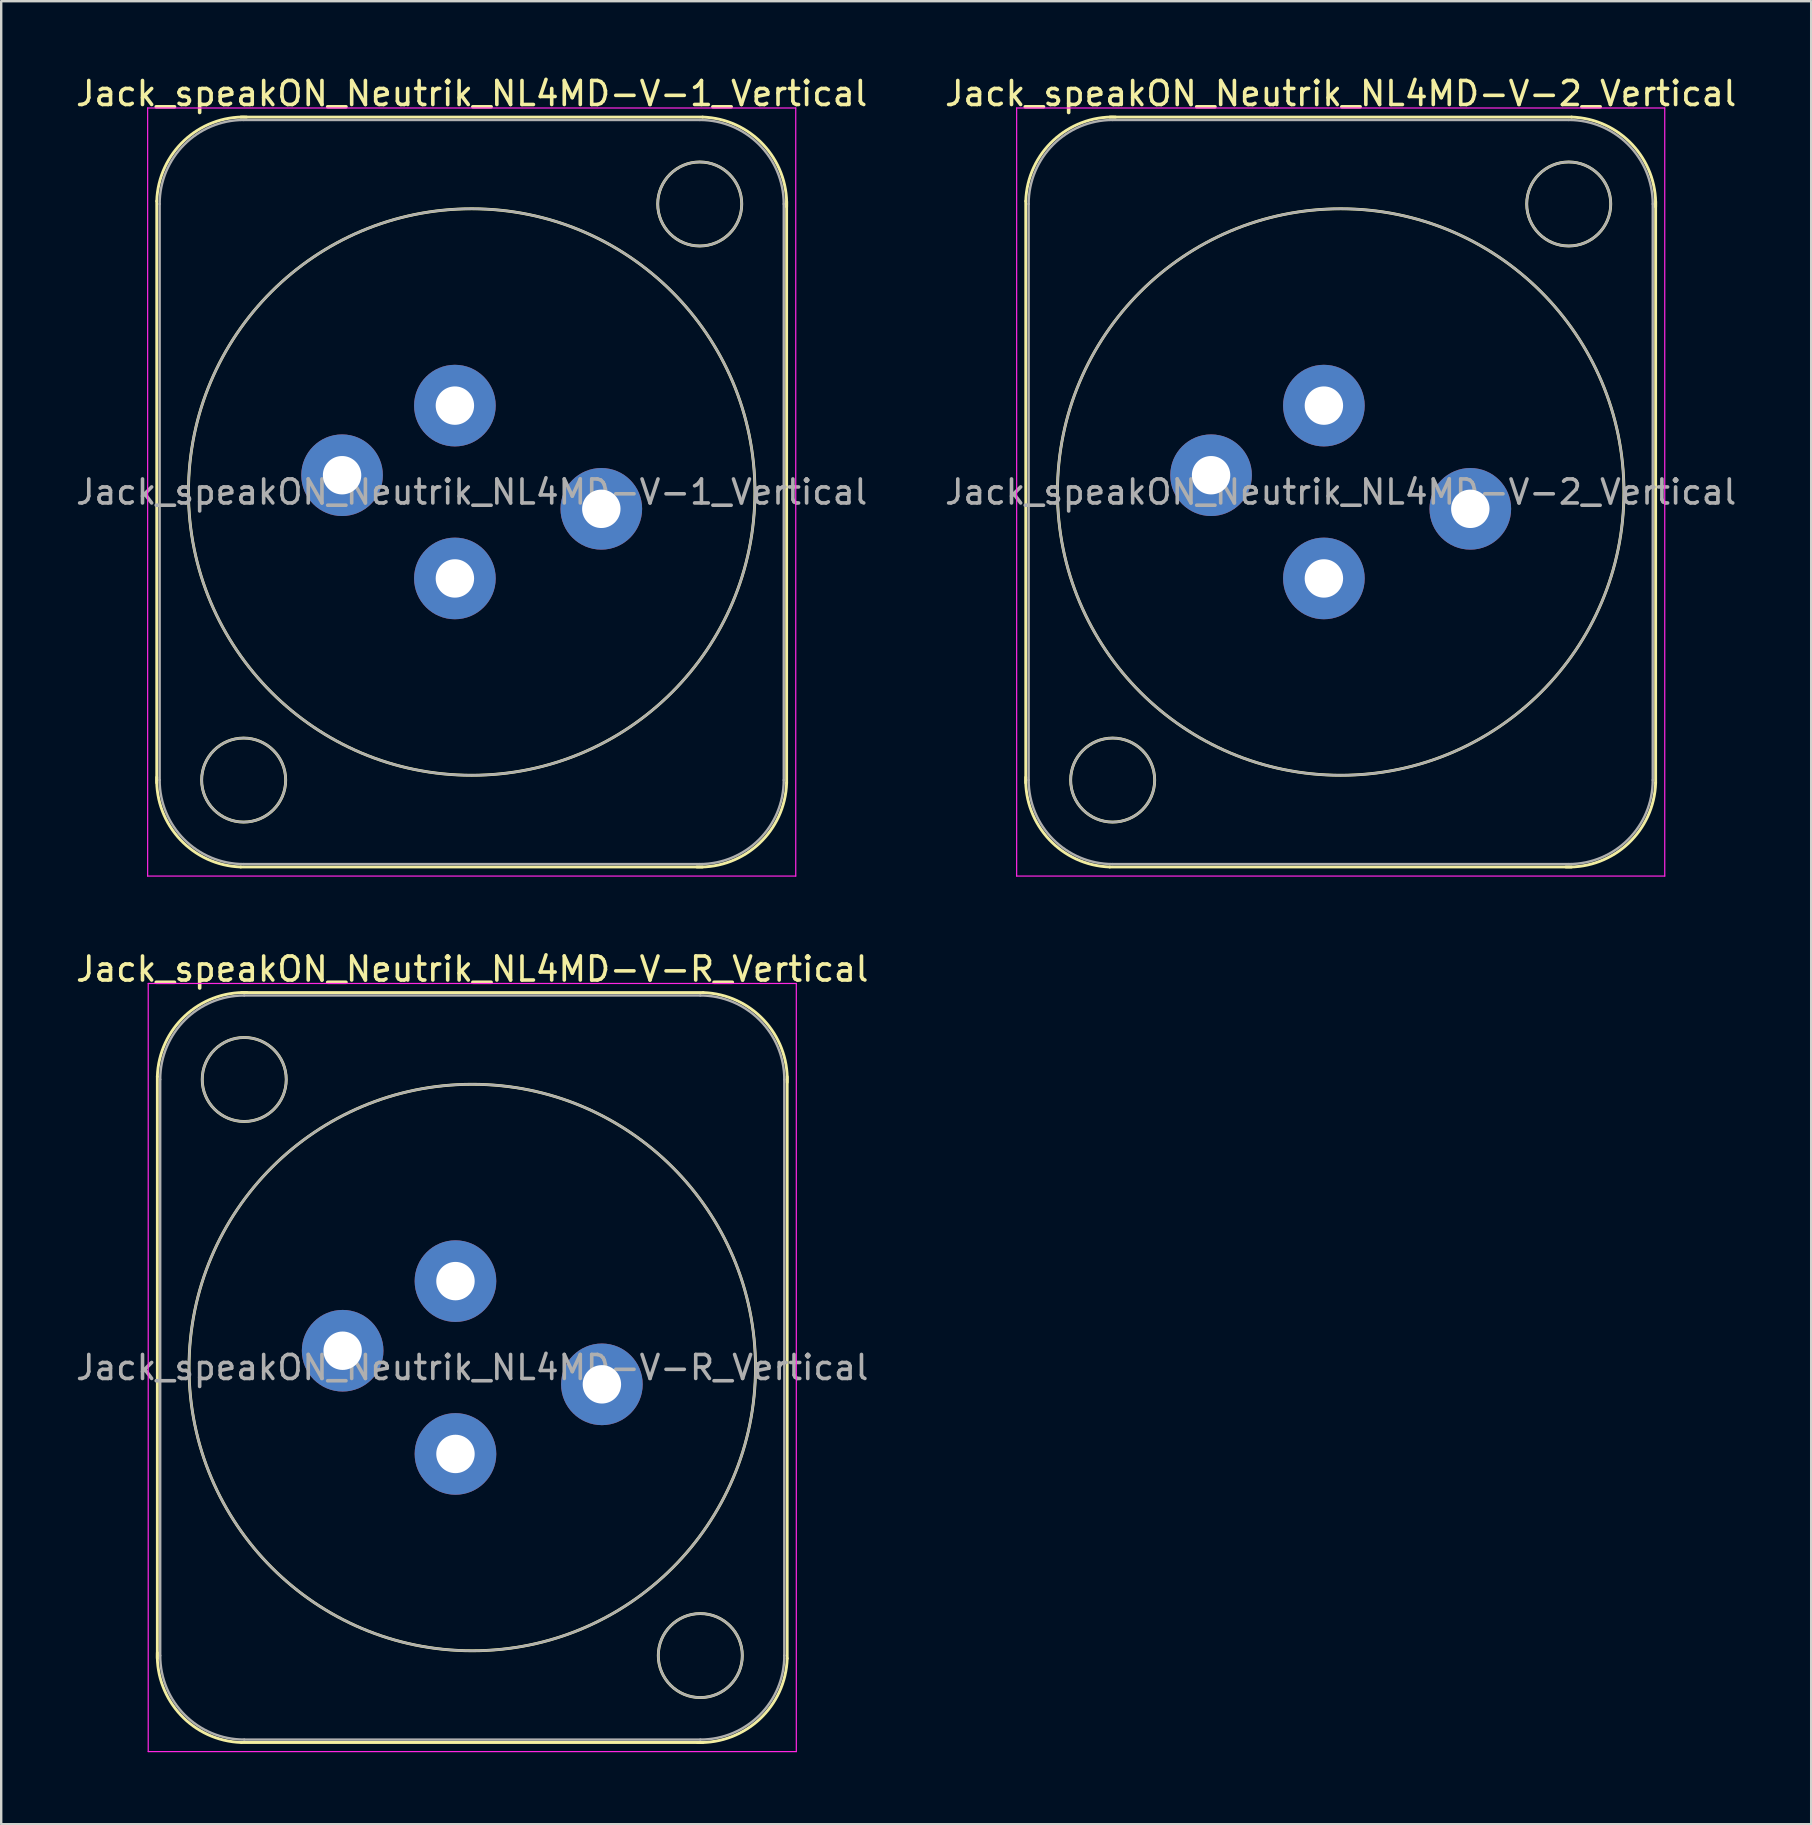
<source format=kicad_pcb>
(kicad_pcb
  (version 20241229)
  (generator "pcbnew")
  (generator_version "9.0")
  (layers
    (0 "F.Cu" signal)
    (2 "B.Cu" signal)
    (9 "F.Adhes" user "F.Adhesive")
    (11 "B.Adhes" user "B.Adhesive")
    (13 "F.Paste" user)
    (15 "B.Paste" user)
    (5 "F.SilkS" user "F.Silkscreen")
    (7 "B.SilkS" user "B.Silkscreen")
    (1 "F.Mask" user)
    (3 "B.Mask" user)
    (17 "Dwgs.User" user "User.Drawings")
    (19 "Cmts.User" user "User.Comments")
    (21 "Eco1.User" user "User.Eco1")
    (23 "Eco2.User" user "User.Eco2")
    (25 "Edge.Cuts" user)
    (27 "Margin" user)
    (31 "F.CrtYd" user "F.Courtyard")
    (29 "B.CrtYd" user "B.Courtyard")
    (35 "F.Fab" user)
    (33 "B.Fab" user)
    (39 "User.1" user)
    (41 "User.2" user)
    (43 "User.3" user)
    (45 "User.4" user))
  (footprint "Jack_speakON_Neutrik_NL4MD-V-2_Vertical"
    (layer "F.Cu")
    (at 52.104 13.848)
    (property "Reference" "Jack_speakON_Neutrik_NL4MD-V-2_Vertical" (at 0.7 -13 0) (layer "F.SilkS") (effects (font (size 1 1) (thickness 0.15))))
    (attr through_hole)
    (fp_line (start -12.42 15.72) (end -12.42 -8.52) (stroke (width 0.12) (type solid)) (layer "F.SilkS"))
    (fp_line (start -8.92 -12.02) (end 10.32 -12.02) (stroke (width 0.12) (type solid)) (layer "F.SilkS"))
    (fp_line (start -8.92 19.22) (end 10.32 19.22) (stroke (width 0.12) (type solid)) (layer "F.SilkS"))
    (fp_line (start 13.82 15.72) (end 13.82 -8.52) (stroke (width 0.12) (type solid)) (layer "F.SilkS"))
    (fp_arc (start -12.42 -8.52) (mid -11.274874 -11.044579) (end -8.68 -12.02) (stroke (width 0.12) (type solid)) (layer "F.SilkS"))
    (fp_arc (start -8.92 19.22) (mid -11.444579 18.074874) (end -12.42 15.48) (stroke (width 0.12) (type solid)) (layer "F.SilkS"))
    (fp_arc (start 10.32 -12.02) (mid 12.844579 -10.874874) (end 13.82 -8.28) (stroke (width 0.12) (type solid)) (layer "F.SilkS"))
    (fp_arc (start 13.82 15.72) (mid 12.674874 18.244579) (end 10.08 19.22) (stroke (width 0.12) (type solid)) (layer "F.SilkS"))
    (fp_circle (center -8.8 15.6) (end -7.05 15.6) (stroke (width 0.12) (type solid)) (fill no) (layer "F.SilkS"))
    (fp_circle (center 0.7 3.6) (end 12.5 3.6) (stroke (width 0.12) (type solid)) (fill no) (layer "F.SilkS"))
    (fp_circle (center 10.2 -8.4) (end 11.95 -8.4) (stroke (width 0.12) (type solid)) (fill no) (layer "F.SilkS"))
    (fp_line (start -12.8 -12.4) (end 14.2 -12.4) (stroke (width 0.05) (type solid)) (layer "F.CrtYd"))
    (fp_line (start -12.8 19.6) (end -12.8 -12.4) (stroke (width 0.05) (type solid)) (layer "F.CrtYd"))
    (fp_line (start -12.8 19.6) (end 14.2 19.6) (stroke (width 0.05) (type solid)) (layer "F.CrtYd"))
    (fp_line (start 14.2 19.6) (end 14.2 -12.4) (stroke (width 0.05) (type solid)) (layer "F.CrtYd"))
    (fp_line (start -12.3 15.6) (end -12.3 -8.4) (stroke (width 0.1) (type solid)) (layer "F.Fab"))
    (fp_line (start -8.8 -11.9) (end 10.2 -11.9) (stroke (width 0.1) (type solid)) (layer "F.Fab"))
    (fp_line (start -8.8 19.1) (end 10.2 19.1) (stroke (width 0.1) (type solid)) (layer "F.Fab"))
    (fp_line (start 13.7 15.6) (end 13.7 -8.4) (stroke (width 0.1) (type solid)) (layer "F.Fab"))
    (fp_arc (start -12.3 -8.4) (mid -11.274874 -10.874874) (end -8.8 -11.9) (stroke (width 0.1) (type solid)) (layer "F.Fab"))
    (fp_arc (start -8.8 19.1) (mid -11.274874 18.074874) (end -12.3 15.6) (stroke (width 0.1) (type solid)) (layer "F.Fab"))
    (fp_arc (start 10.2 -11.9) (mid 12.674874 -10.874874) (end 13.7 -8.4) (stroke (width 0.1) (type solid)) (layer "F.Fab"))
    (fp_arc (start 13.7 15.6) (mid 12.674874 18.074874) (end 10.2 19.1) (stroke (width 0.1) (type solid)) (layer "F.Fab"))
    (fp_circle (center -8.8 15.6) (end -10.55 15.6) (stroke (width 0.1) (type solid)) (fill no) (layer "F.Fab"))
    (fp_circle (center 0.7 3.6) (end 12.5 3.6) (stroke (width 0.1) (type solid)) (fill no) (layer "F.Fab"))
    (fp_circle (center 10.2 -8.4) (end 11.95 -8.4) (stroke (width 0.1) (type solid)) (fill no) (layer "F.Fab"))
    (fp_text user "${REFERENCE}" (at 0.7 3.6 0) (layer "F.Fab") (effects (font (size 1 1) (thickness 0.15))))
    (pad "1+" thru_hole circle (at 0 0) (size 3.4 3.4) (drill 1.6) (layers "*.Cu" "*.Mask"))
    (pad "1-" thru_hole circle (at -4.7 2.9) (size 3.4 3.4) (drill 1.6) (layers "*.Cu" "*.Mask"))
    (pad "2+" thru_hole circle (at 0 7.2) (size 3.4 3.4) (drill 1.6) (layers "*.Cu" "*.Mask"))
    (pad "2-" thru_hole circle (at 6.1 4.3) (size 3.4 3.4) (drill 1.6) (layers "*.Cu" "*.Mask")))
  (footprint "Jack_speakON_Neutrik_NL4MD-V-R_Vertical"
    (layer "F.Cu")
    (at 15.925 50.322)
    (property "Reference" "Jack_speakON_Neutrik_NL4MD-V-R_Vertical" (at 0.7 -13 0) (layer "F.SilkS") (effects (font (size 1 1) (thickness 0.15))))
    (attr through_hole)
    (fp_line (start -12.42 15.72) (end -12.42 -8.52) (stroke (width 0.12) (type solid)) (layer "F.SilkS"))
    (fp_line (start -8.92 -12.02) (end 10.32 -12.02) (stroke (width 0.12) (type solid)) (layer "F.SilkS"))
    (fp_line (start -8.92 19.22) (end 10.32 19.22) (stroke (width 0.12) (type solid)) (layer "F.SilkS"))
    (fp_line (start 13.82 15.72) (end 13.82 -8.52) (stroke (width 0.12) (type solid)) (layer "F.SilkS"))
    (fp_arc (start -12.42 -8.52) (mid -11.274874 -11.044579) (end -8.68 -12.02) (stroke (width 0.12) (type solid)) (layer "F.SilkS"))
    (fp_arc (start -8.92 19.22) (mid -11.444579 18.074874) (end -12.42 15.48) (stroke (width 0.12) (type solid)) (layer "F.SilkS"))
    (fp_arc (start 10.32 -12.02) (mid 12.844579 -10.874874) (end 13.82 -8.28) (stroke (width 0.12) (type solid)) (layer "F.SilkS"))
    (fp_arc (start 13.82 15.72) (mid 12.674874 18.244579) (end 10.08 19.22) (stroke (width 0.12) (type solid)) (layer "F.SilkS"))
    (fp_circle (center -8.8 -8.4) (end -7.05 -8.4) (stroke (width 0.12) (type solid)) (fill no) (layer "F.SilkS"))
    (fp_circle (center 0.7 3.6) (end 12.5 3.6) (stroke (width 0.12) (type solid)) (fill no) (layer "F.SilkS"))
    (fp_circle (center 10.2 15.6) (end 11.95 15.6) (stroke (width 0.12) (type solid)) (fill no) (layer "F.SilkS"))
    (fp_line (start -12.8 -12.4) (end 14.2 -12.4) (stroke (width 0.05) (type solid)) (layer "F.CrtYd"))
    (fp_line (start -12.8 19.6) (end -12.8 -12.4) (stroke (width 0.05) (type solid)) (layer "F.CrtYd"))
    (fp_line (start -12.8 19.6) (end 14.2 19.6) (stroke (width 0.05) (type solid)) (layer "F.CrtYd"))
    (fp_line (start 14.2 19.6) (end 14.2 -12.4) (stroke (width 0.05) (type solid)) (layer "F.CrtYd"))
    (fp_line (start -12.3 15.6) (end -12.3 -8.4) (stroke (width 0.1) (type solid)) (layer "F.Fab"))
    (fp_line (start -8.8 -11.9) (end 10.2 -11.9) (stroke (width 0.1) (type solid)) (layer "F.Fab"))
    (fp_line (start -8.8 19.1) (end 10.2 19.1) (stroke (width 0.1) (type solid)) (layer "F.Fab"))
    (fp_line (start 13.7 15.6) (end 13.7 -8.4) (stroke (width 0.1) (type solid)) (layer "F.Fab"))
    (fp_arc (start -12.3 -8.4) (mid -11.274874 -10.874874) (end -8.8 -11.9) (stroke (width 0.1) (type solid)) (layer "F.Fab"))
    (fp_arc (start -8.8 19.1) (mid -11.274874 18.074874) (end -12.3 15.6) (stroke (width 0.1) (type solid)) (layer "F.Fab"))
    (fp_arc (start 10.2 -11.9) (mid 12.674874 -10.874874) (end 13.7 -8.4) (stroke (width 0.1) (type solid)) (layer "F.Fab"))
    (fp_arc (start 13.7 15.6) (mid 12.674874 18.074874) (end 10.2 19.1) (stroke (width 0.1) (type solid)) (layer "F.Fab"))
    (fp_circle (center -8.8 -8.4) (end -7.05 -8.4) (stroke (width 0.1) (type solid)) (fill no) (layer "F.Fab"))
    (fp_circle (center 0.7 3.6) (end 12.5 3.6) (stroke (width 0.1) (type solid)) (fill no) (layer "F.Fab"))
    (fp_circle (center 10.2 15.6) (end 8.45 15.6) (stroke (width 0.1) (type solid)) (fill no) (layer "F.Fab"))
    (fp_text user "${REFERENCE}" (at 0.7 3.6 0) (layer "F.Fab") (effects (font (size 1 1) (thickness 0.15))))
    (pad "1+" thru_hole circle (at 0 0) (size 3.4 3.4) (drill 1.6) (layers "*.Cu" "*.Mask"))
    (pad "1-" thru_hole circle (at -4.7 2.9) (size 3.4 3.4) (drill 1.6) (layers "*.Cu" "*.Mask"))
    (pad "2+" thru_hole circle (at 0 7.2) (size 3.4 3.4) (drill 1.6) (layers "*.Cu" "*.Mask"))
    (pad "2-" thru_hole circle (at 6.1 4.3) (size 3.4 3.4) (drill 1.6) (layers "*.Cu" "*.Mask")))
  (footprint "Jack_speakON_Neutrik_NL4MD-V-1_Vertical"
    (layer "F.Cu")
    (at 15.901 13.848)
    (property "Reference" "Jack_speakON_Neutrik_NL4MD-V-1_Vertical" (at 0.7 -13 0) (layer "F.SilkS") (effects (font (size 1 1) (thickness 0.15))))
    (attr through_hole)
    (fp_line (start -12.42 15.72) (end -12.42 -8.52) (stroke (width 0.12) (type solid)) (layer "F.SilkS"))
    (fp_line (start -8.92 -12.02) (end 10.32 -12.02) (stroke (width 0.12) (type solid)) (layer "F.SilkS"))
    (fp_line (start -8.92 19.22) (end 10.32 19.22) (stroke (width 0.12) (type solid)) (layer "F.SilkS"))
    (fp_line (start 13.82 15.72) (end 13.82 -8.52) (stroke (width 0.12) (type solid)) (layer "F.SilkS"))
    (fp_arc (start -12.42 -8.52) (mid -11.274874 -11.044579) (end -8.68 -12.02) (stroke (width 0.12) (type solid)) (layer "F.SilkS"))
    (fp_arc (start -8.92 19.22) (mid -11.444579 18.074874) (end -12.42 15.48) (stroke (width 0.12) (type solid)) (layer "F.SilkS"))
    (fp_arc (start 10.32 -12.02) (mid 12.844579 -10.874874) (end 13.82 -8.28) (stroke (width 0.12) (type solid)) (layer "F.SilkS"))
    (fp_arc (start 13.82 15.72) (mid 12.674874 18.244579) (end 10.08 19.22) (stroke (width 0.12) (type solid)) (layer "F.SilkS"))
    (fp_circle (center -8.8 15.6) (end -7.05 15.6) (stroke (width 0.12) (type solid)) (fill no) (layer "F.SilkS"))
    (fp_circle (center 0.7 3.6) (end 12.5 3.6) (stroke (width 0.12) (type solid)) (fill no) (layer "F.SilkS"))
    (fp_circle (center 10.2 -8.4) (end 11.95 -8.4) (stroke (width 0.12) (type solid)) (fill no) (layer "F.SilkS"))
    (fp_line (start -12.8 -12.4) (end 14.2 -12.4) (stroke (width 0.05) (type solid)) (layer "F.CrtYd"))
    (fp_line (start -12.8 19.6) (end -12.8 -12.4) (stroke (width 0.05) (type solid)) (layer "F.CrtYd"))
    (fp_line (start -12.8 19.6) (end 14.2 19.6) (stroke (width 0.05) (type solid)) (layer "F.CrtYd"))
    (fp_line (start 14.2 19.6) (end 14.2 -12.4) (stroke (width 0.05) (type solid)) (layer "F.CrtYd"))
    (fp_line (start -12.3 15.6) (end -12.3 -8.4) (stroke (width 0.1) (type solid)) (layer "F.Fab"))
    (fp_line (start -8.8 -11.9) (end 10.2 -11.9) (stroke (width 0.1) (type solid)) (layer "F.Fab"))
    (fp_line (start -8.8 19.1) (end 10.2 19.1) (stroke (width 0.1) (type solid)) (layer "F.Fab"))
    (fp_line (start 13.7 15.6) (end 13.7 -8.4) (stroke (width 0.1) (type solid)) (layer "F.Fab"))
    (fp_arc (start -12.3 -8.4) (mid -11.274874 -10.874874) (end -8.8 -11.9) (stroke (width 0.1) (type solid)) (layer "F.Fab"))
    (fp_arc (start -8.8 19.1) (mid -11.274874 18.074874) (end -12.3 15.6) (stroke (width 0.1) (type solid)) (layer "F.Fab"))
    (fp_arc (start 10.2 -11.9) (mid 12.674874 -10.874874) (end 13.7 -8.4) (stroke (width 0.1) (type solid)) (layer "F.Fab"))
    (fp_arc (start 13.7 15.6) (mid 12.674874 18.074874) (end 10.2 19.1) (stroke (width 0.1) (type solid)) (layer "F.Fab"))
    (fp_circle (center -8.8 15.6) (end -10.55 15.6) (stroke (width 0.1) (type solid)) (fill no) (layer "F.Fab"))
    (fp_circle (center 0.7 3.6) (end 12.5 3.6) (stroke (width 0.1) (type solid)) (fill no) (layer "F.Fab"))
    (fp_circle (center 10.2 -8.4) (end 11.95 -8.4) (stroke (width 0.1) (type solid)) (fill no) (layer "F.Fab"))
    (fp_text user "${REFERENCE}" (at 0.7 3.6 0) (layer "F.Fab") (effects (font (size 1 1) (thickness 0.15))))
    (pad "1+" thru_hole circle (at 0 0) (size 3.4 3.4) (drill 1.6) (layers "*.Cu" "*.Mask"))
    (pad "1-" thru_hole circle (at -4.7 2.9) (size 3.4 3.4) (drill 1.6) (layers "*.Cu" "*.Mask"))
    (pad "2+" thru_hole circle (at 0 7.2) (size 3.4 3.4) (drill 1.6) (layers "*.Cu" "*.Mask"))
    (pad "2-" thru_hole circle (at 6.1 4.3) (size 3.4 3.4) (drill 1.6) (layers "*.Cu" "*.Mask")))
  (gr_rect
    (start -3 -3)
    (end 72.405 72.947)
    (stroke (width 0.1) (type default))
    (fill no)
    (layer "Edge.Cuts")))
</source>
